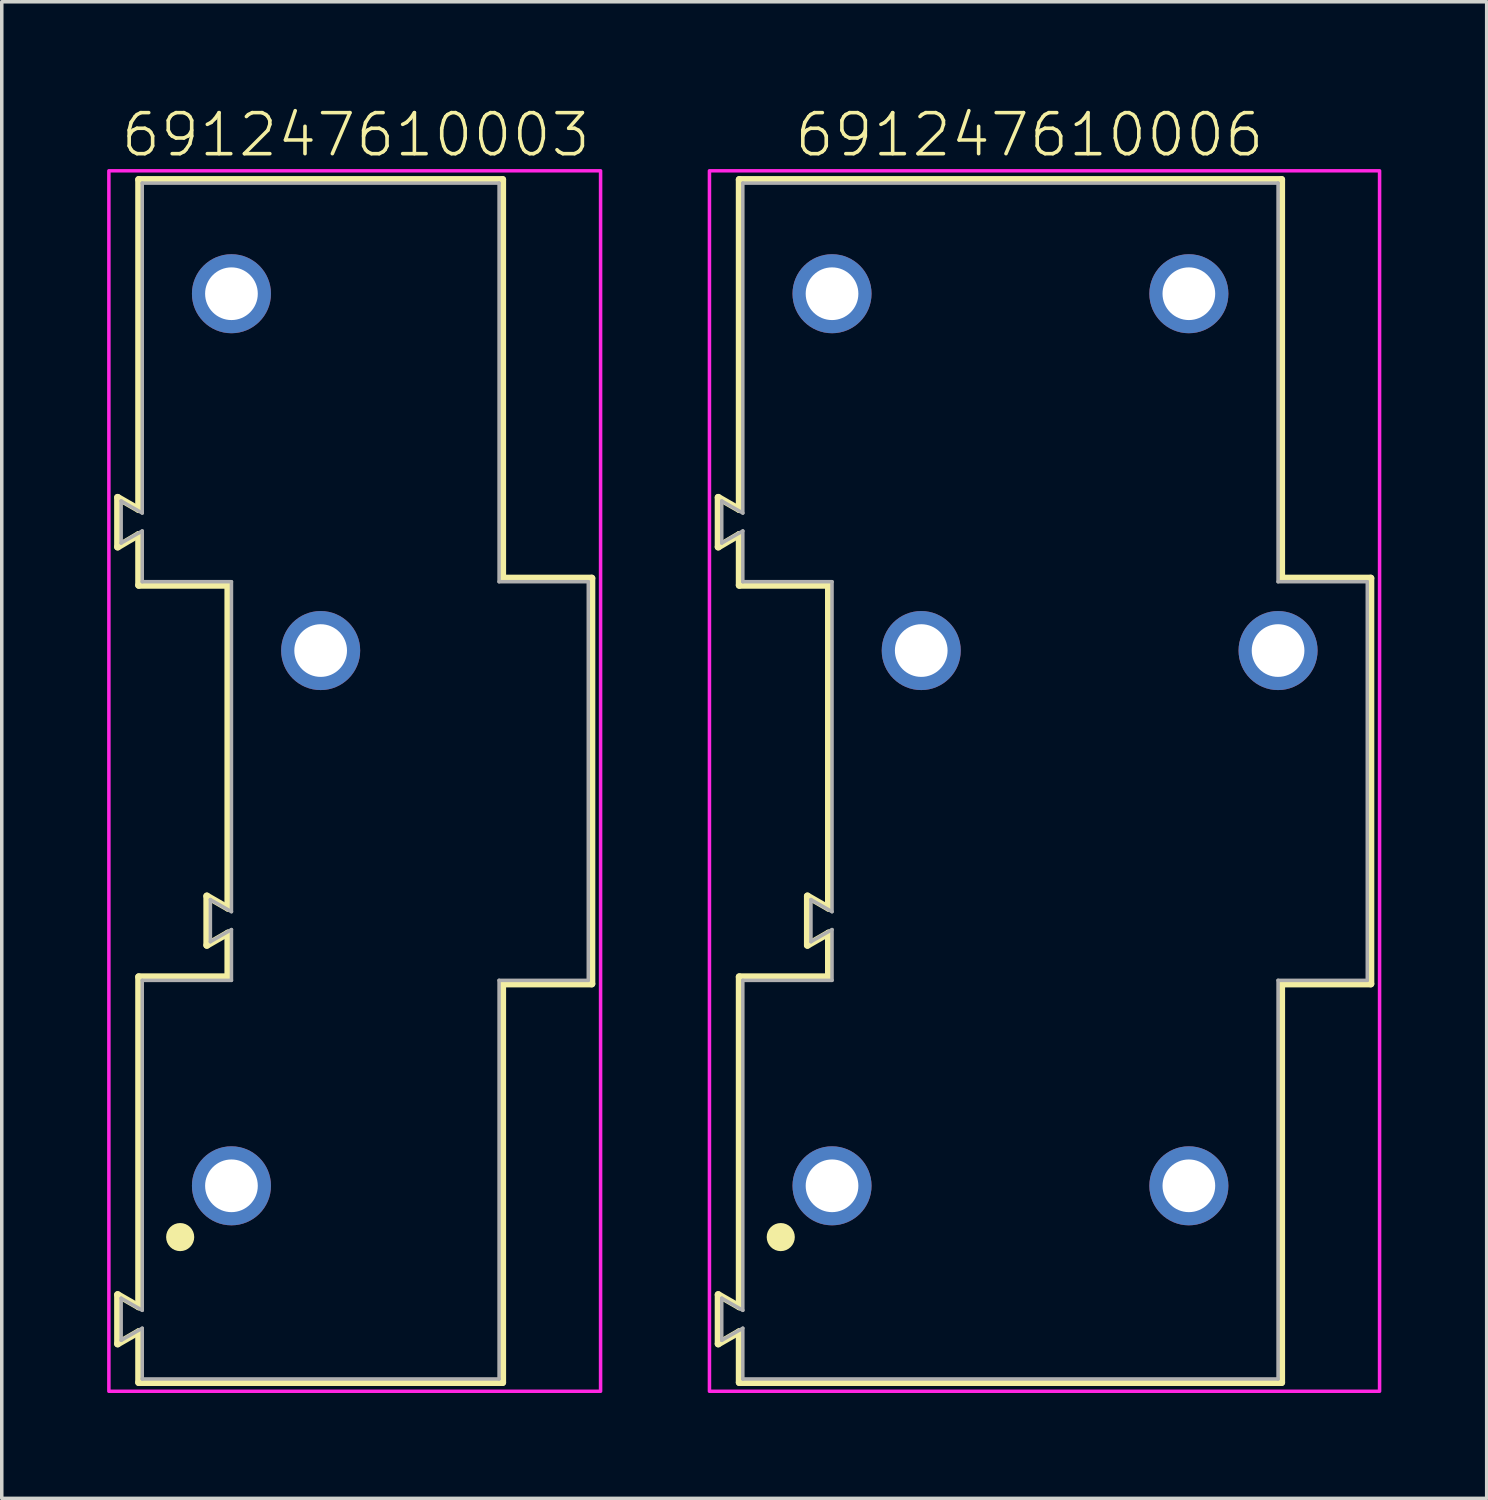
<source format=kicad_pcb>
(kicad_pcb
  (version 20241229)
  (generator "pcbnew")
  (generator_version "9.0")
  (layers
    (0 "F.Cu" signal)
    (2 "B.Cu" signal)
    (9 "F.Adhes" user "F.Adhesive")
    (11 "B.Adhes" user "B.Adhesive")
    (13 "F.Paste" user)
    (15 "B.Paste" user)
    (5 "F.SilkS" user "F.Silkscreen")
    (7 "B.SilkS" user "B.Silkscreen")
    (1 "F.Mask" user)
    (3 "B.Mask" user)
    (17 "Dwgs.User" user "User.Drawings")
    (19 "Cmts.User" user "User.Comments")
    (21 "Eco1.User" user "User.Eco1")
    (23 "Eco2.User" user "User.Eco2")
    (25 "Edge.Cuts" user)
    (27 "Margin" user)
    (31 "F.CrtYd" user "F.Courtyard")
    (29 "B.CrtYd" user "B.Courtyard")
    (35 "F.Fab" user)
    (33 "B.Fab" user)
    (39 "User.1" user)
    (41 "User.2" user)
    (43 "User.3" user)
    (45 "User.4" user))
  (footprint "691247610006"
    (layer "F.Cu")
    (at 28.26 15.473)
    (property "Reference" "691247610006" (at -2 -14 0) (unlocked yes) (layer "F.SilkS") (effects (font (size 1.168 1.168) (thickness 0.102)) (justify bottom)))
    (fp_line (start -10.86 -4.36) (end -10.26 -4.015) (stroke (width 0.2) (type solid)) (layer "F.SilkS"))
    (fp_line (start -10.86 -2.95) (end -10.86 -4.36) (stroke (width 0.2) (type solid)) (layer "F.SilkS"))
    (fp_line (start -10.86 18.34) (end -10.26 18.685) (stroke (width 0.2) (type solid)) (layer "F.SilkS"))
    (fp_line (start -10.86 19.74) (end -10.86 18.34) (stroke (width 0.2) (type solid)) (layer "F.SilkS"))
    (fp_line (start -10.26 -13.41) (end 5.18 -13.41) (stroke (width 0.2) (type solid)) (layer "F.SilkS"))
    (fp_line (start -10.26 -4.015) (end -10.26 -13.41) (stroke (width 0.2) (type solid)) (layer "F.SilkS"))
    (fp_line (start -10.26 -3.305) (end -10.86 -2.95) (stroke (width 0.2) (type solid)) (layer "F.SilkS"))
    (fp_line (start -10.26 -1.86) (end -10.26 -3.305) (stroke (width 0.2) (type solid)) (layer "F.SilkS"))
    (fp_line (start -10.26 9.29) (end -7.72 9.29) (stroke (width 0.2) (type solid)) (layer "F.SilkS"))
    (fp_line (start -10.26 18.685) (end -10.26 9.29) (stroke (width 0.2) (type solid)) (layer "F.SilkS"))
    (fp_line (start -10.26 19.395) (end -10.86 19.74) (stroke (width 0.2) (type solid)) (layer "F.SilkS"))
    (fp_line (start -10.26 20.84) (end -10.26 19.395) (stroke (width 0.2) (type solid)) (layer "F.SilkS"))
    (fp_line (start -8.32 6.99) (end -7.72 7.335) (stroke (width 0.2) (type solid)) (layer "F.SilkS"))
    (fp_line (start -8.32 8.39) (end -8.32 6.99) (stroke (width 0.2) (type solid)) (layer "F.SilkS"))
    (fp_line (start -7.72 -1.86) (end -10.26 -1.86) (stroke (width 0.2) (type solid)) (layer "F.SilkS"))
    (fp_line (start -7.72 7.335) (end -7.72 -1.86) (stroke (width 0.2) (type solid)) (layer "F.SilkS"))
    (fp_line (start -7.72 8.045) (end -8.32 8.39) (stroke (width 0.2) (type solid)) (layer "F.SilkS"))
    (fp_line (start -7.72 9.29) (end -7.72 8.045) (stroke (width 0.2) (type solid)) (layer "F.SilkS"))
    (fp_line (start 5.18 -13.41) (end 5.18 -2.06) (stroke (width 0.2) (type solid)) (layer "F.SilkS"))
    (fp_line (start 5.18 -2.06) (end 7.72 -2.06) (stroke (width 0.2) (type solid)) (layer "F.SilkS"))
    (fp_line (start 5.18 9.49) (end 5.18 20.84) (stroke (width 0.2) (type solid)) (layer "F.SilkS"))
    (fp_line (start 5.18 20.84) (end -10.26 20.84) (stroke (width 0.2) (type solid)) (layer "F.SilkS"))
    (fp_line (start 7.72 -2.06) (end 7.72 9.49) (stroke (width 0.2) (type solid)) (layer "F.SilkS"))
    (fp_line (start 7.72 9.49) (end 5.18 9.49) (stroke (width 0.2) (type solid)) (layer "F.SilkS"))
    (fp_circle (center -9.08 16.7) (end -8.88 16.7) (stroke (width 0.4) (type solid)) (fill no) (layer "F.SilkS"))
    (fp_poly (pts (xy 7.97 21.09) (xy -11.11 21.09) (xy -11.11 -13.66) (xy 7.97 -13.66)) (stroke (width 0.1) (type default)) (fill no) (layer "F.CrtYd"))
    (fp_line (start -10.76 -4.26) (end -10.76 -3.06) (stroke (width 0.1) (type solid)) (layer "F.Fab"))
    (fp_line (start -10.76 -4.26) (end -10.16 -3.915) (stroke (width 0.1) (type solid)) (layer "F.Fab"))
    (fp_line (start -10.76 18.44) (end -10.16 18.785) (stroke (width 0.1) (type solid)) (layer "F.Fab"))
    (fp_line (start -10.76 19.64) (end -10.76 18.44) (stroke (width 0.1) (type solid)) (layer "F.Fab"))
    (fp_line (start -10.76 19.64) (end -10.16 19.295) (stroke (width 0.1) (type solid)) (layer "F.Fab"))
    (fp_line (start -10.16 -13.31) (end -10.16 -3.915) (stroke (width 0.1) (type solid)) (layer "F.Fab"))
    (fp_line (start -10.16 -3.405) (end -10.76 -3.06) (stroke (width 0.1) (type solid)) (layer "F.Fab"))
    (fp_line (start -10.16 -3.405) (end -10.16 -1.96) (stroke (width 0.1) (type solid)) (layer "F.Fab"))
    (fp_line (start -10.16 -1.96) (end -7.62 -1.96) (stroke (width 0.1) (type solid)) (layer "F.Fab"))
    (fp_line (start -10.16 9.39) (end -7.62 9.39) (stroke (width 0.1) (type solid)) (layer "F.Fab"))
    (fp_line (start -10.16 18.785) (end -10.16 9.39) (stroke (width 0.1) (type solid)) (layer "F.Fab"))
    (fp_line (start -10.16 20.74) (end -10.16 19.295) (stroke (width 0.1) (type solid)) (layer "F.Fab"))
    (fp_line (start -8.22 7.09) (end -8.22 8.29) (stroke (width 0.1) (type solid)) (layer "F.Fab"))
    (fp_line (start -8.22 7.09) (end -7.62 7.435) (stroke (width 0.1) (type solid)) (layer "F.Fab"))
    (fp_line (start -8.22 8.29) (end -7.62 7.945) (stroke (width 0.1) (type solid)) (layer "F.Fab"))
    (fp_line (start -7.62 7.435) (end -7.62 -1.96) (stroke (width 0.1) (type solid)) (layer "F.Fab"))
    (fp_line (start -7.62 9.39) (end -7.62 7.945) (stroke (width 0.1) (type solid)) (layer "F.Fab"))
    (fp_line (start 5.08 -13.31) (end -10.16 -13.31) (stroke (width 0.1) (type solid)) (layer "F.Fab"))
    (fp_line (start 5.08 -1.96) (end 5.08 -13.31) (stroke (width 0.1) (type solid)) (layer "F.Fab"))
    (fp_line (start 5.08 9.39) (end 5.08 20.74) (stroke (width 0.1) (type solid)) (layer "F.Fab"))
    (fp_line (start 5.08 20.74) (end -10.16 20.74) (stroke (width 0.1) (type solid)) (layer "F.Fab"))
    (fp_line (start 7.62 -1.96) (end 5.08 -1.96) (stroke (width 0.1) (type solid)) (layer "F.Fab"))
    (fp_line (start 7.62 -1.96) (end 7.62 9.39) (stroke (width 0.1) (type solid)) (layer "F.Fab"))
    (fp_line (start 7.62 9.39) (end 5.08 9.39) (stroke (width 0.1) (type solid)) (layer "F.Fab"))
    (pad "1" thru_hole circle (at -7.62 15.24) (size 2.25 2.25) (drill 1.5) (layers "*.Cu" "*.Mask"))
    (pad "2" thru_hole circle (at 2.54 15.24) (size 2.25 2.25) (drill 1.5) (layers "*.Cu" "*.Mask"))
    (pad "3" thru_hole circle (at -5.08 0) (size 2.25 2.25) (drill 1.5) (layers "*.Cu" "*.Mask"))
    (pad "4" thru_hole circle (at 5.08 0) (size 2.25 2.25) (drill 1.5) (layers "*.Cu" "*.Mask"))
    (pad "5" thru_hole circle (at -7.62 -10.16) (size 2.25 2.25) (drill 1.5) (layers "*.Cu" "*.Mask"))
    (pad "6" thru_hole circle (at 2.54 -10.16) (size 2.25 2.25) (drill 1.5) (layers "*.Cu" "*.Mask")))
  (footprint "691247610003"
    (layer "F.Cu")
    (at 6.08 15.473)
    (property "Reference" "691247610003" (at 1 -14 0) (unlocked yes) (layer "F.SilkS") (effects (font (size 1.168 1.168) (thickness 0.102)) (justify bottom)))
    (fp_line (start -5.78 -4.36) (end -5.18 -4.015) (stroke (width 0.2) (type solid)) (layer "F.SilkS"))
    (fp_line (start -5.78 -2.95) (end -5.78 -4.36) (stroke (width 0.2) (type solid)) (layer "F.SilkS"))
    (fp_line (start -5.78 18.34) (end -5.18 18.685) (stroke (width 0.2) (type solid)) (layer "F.SilkS"))
    (fp_line (start -5.78 19.74) (end -5.78 18.34) (stroke (width 0.2) (type solid)) (layer "F.SilkS"))
    (fp_line (start -5.18 -13.41) (end 5.18 -13.41) (stroke (width 0.2) (type solid)) (layer "F.SilkS"))
    (fp_line (start -5.18 -4.015) (end -5.18 -13.41) (stroke (width 0.2) (type solid)) (layer "F.SilkS"))
    (fp_line (start -5.18 -3.305) (end -5.78 -2.95) (stroke (width 0.2) (type solid)) (layer "F.SilkS"))
    (fp_line (start -5.18 -1.86) (end -5.18 -3.305) (stroke (width 0.2) (type solid)) (layer "F.SilkS"))
    (fp_line (start -5.18 9.29) (end -2.64 9.29) (stroke (width 0.2) (type solid)) (layer "F.SilkS"))
    (fp_line (start -5.18 18.685) (end -5.18 9.29) (stroke (width 0.2) (type solid)) (layer "F.SilkS"))
    (fp_line (start -5.18 19.395) (end -5.78 19.74) (stroke (width 0.2) (type solid)) (layer "F.SilkS"))
    (fp_line (start -5.18 20.84) (end -5.18 19.395) (stroke (width 0.2) (type solid)) (layer "F.SilkS"))
    (fp_line (start -3.24 6.99) (end -2.64 7.335) (stroke (width 0.2) (type solid)) (layer "F.SilkS"))
    (fp_line (start -3.24 8.39) (end -3.24 6.99) (stroke (width 0.2) (type solid)) (layer "F.SilkS"))
    (fp_line (start -2.64 -1.86) (end -5.18 -1.86) (stroke (width 0.2) (type solid)) (layer "F.SilkS"))
    (fp_line (start -2.64 7.335) (end -2.64 -1.86) (stroke (width 0.2) (type solid)) (layer "F.SilkS"))
    (fp_line (start -2.64 8.045) (end -3.24 8.39) (stroke (width 0.2) (type solid)) (layer "F.SilkS"))
    (fp_line (start -2.64 9.29) (end -2.64 8.045) (stroke (width 0.2) (type solid)) (layer "F.SilkS"))
    (fp_line (start 5.18 -13.41) (end 5.18 -2.06) (stroke (width 0.2) (type solid)) (layer "F.SilkS"))
    (fp_line (start 5.18 -2.06) (end 7.72 -2.06) (stroke (width 0.2) (type solid)) (layer "F.SilkS"))
    (fp_line (start 5.18 9.49) (end 5.18 20.84) (stroke (width 0.2) (type solid)) (layer "F.SilkS"))
    (fp_line (start 5.18 20.84) (end -5.18 20.84) (stroke (width 0.2) (type solid)) (layer "F.SilkS"))
    (fp_line (start 7.72 -2.06) (end 7.72 9.49) (stroke (width 0.2) (type solid)) (layer "F.SilkS"))
    (fp_line (start 7.72 9.49) (end 5.18 9.49) (stroke (width 0.2) (type solid)) (layer "F.SilkS"))
    (fp_circle (center -4 16.7) (end -3.8 16.7) (stroke (width 0.4) (type solid)) (fill no) (layer "F.SilkS"))
    (fp_poly (pts (xy 7.97 21.09) (xy -6.03 21.09) (xy -6.03 -13.66) (xy 7.97 -13.66)) (stroke (width 0.1) (type default)) (fill no) (layer "F.CrtYd"))
    (fp_line (start -5.68 -4.26) (end -5.68 -3.06) (stroke (width 0.1) (type solid)) (layer "F.Fab"))
    (fp_line (start -5.68 -4.26) (end -5.08 -3.915) (stroke (width 0.1) (type solid)) (layer "F.Fab"))
    (fp_line (start -5.68 18.44) (end -5.08 18.785) (stroke (width 0.1) (type solid)) (layer "F.Fab"))
    (fp_line (start -5.68 19.64) (end -5.68 18.44) (stroke (width 0.1) (type solid)) (layer "F.Fab"))
    (fp_line (start -5.68 19.64) (end -5.08 19.295) (stroke (width 0.1) (type solid)) (layer "F.Fab"))
    (fp_line (start -5.08 -13.31) (end -5.08 -3.915) (stroke (width 0.1) (type solid)) (layer "F.Fab"))
    (fp_line (start -5.08 -3.405) (end -5.68 -3.06) (stroke (width 0.1) (type solid)) (layer "F.Fab"))
    (fp_line (start -5.08 -3.405) (end -5.08 -1.96) (stroke (width 0.1) (type solid)) (layer "F.Fab"))
    (fp_line (start -5.08 -1.96) (end -2.54 -1.96) (stroke (width 0.1) (type solid)) (layer "F.Fab"))
    (fp_line (start -5.08 9.39) (end -2.54 9.39) (stroke (width 0.1) (type solid)) (layer "F.Fab"))
    (fp_line (start -5.08 18.785) (end -5.08 9.39) (stroke (width 0.1) (type solid)) (layer "F.Fab"))
    (fp_line (start -5.08 20.74) (end -5.08 19.295) (stroke (width 0.1) (type solid)) (layer "F.Fab"))
    (fp_line (start -3.14 7.09) (end -3.14 8.29) (stroke (width 0.1) (type solid)) (layer "F.Fab"))
    (fp_line (start -3.14 7.09) (end -2.54 7.435) (stroke (width 0.1) (type solid)) (layer "F.Fab"))
    (fp_line (start -3.14 8.29) (end -2.54 7.945) (stroke (width 0.1) (type solid)) (layer "F.Fab"))
    (fp_line (start -2.54 7.435) (end -2.54 -1.96) (stroke (width 0.1) (type solid)) (layer "F.Fab"))
    (fp_line (start -2.54 9.39) (end -2.54 7.945) (stroke (width 0.1) (type solid)) (layer "F.Fab"))
    (fp_line (start 5.08 -13.31) (end -5.08 -13.31) (stroke (width 0.1) (type solid)) (layer "F.Fab"))
    (fp_line (start 5.08 -1.96) (end 5.08 -13.31) (stroke (width 0.1) (type solid)) (layer "F.Fab"))
    (fp_line (start 5.08 9.39) (end 5.08 20.74) (stroke (width 0.1) (type solid)) (layer "F.Fab"))
    (fp_line (start 5.08 20.74) (end -5.08 20.74) (stroke (width 0.1) (type solid)) (layer "F.Fab"))
    (fp_line (start 7.62 -1.96) (end 5.08 -1.96) (stroke (width 0.1) (type solid)) (layer "F.Fab"))
    (fp_line (start 7.62 -1.96) (end 7.62 9.39) (stroke (width 0.1) (type solid)) (layer "F.Fab"))
    (fp_line (start 7.62 9.39) (end 5.08 9.39) (stroke (width 0.1) (type solid)) (layer "F.Fab"))
    (pad "1" thru_hole circle (at -2.54 15.24) (size 2.25 2.25) (drill 1.5) (layers "*.Cu" "*.Mask"))
    (pad "2" thru_hole circle (at 0 0) (size 2.25 2.25) (drill 1.5) (layers "*.Cu" "*.Mask"))
    (pad "3" thru_hole circle (at -2.54 -10.16) (size 2.25 2.25) (drill 1.5) (layers "*.Cu" "*.Mask")))
  (gr_rect
    (start -3 -3)
    (end 39.28 39.613)
    (stroke (width 0.1) (type default))
    (fill no)
    (layer "Edge.Cuts")))
</source>
